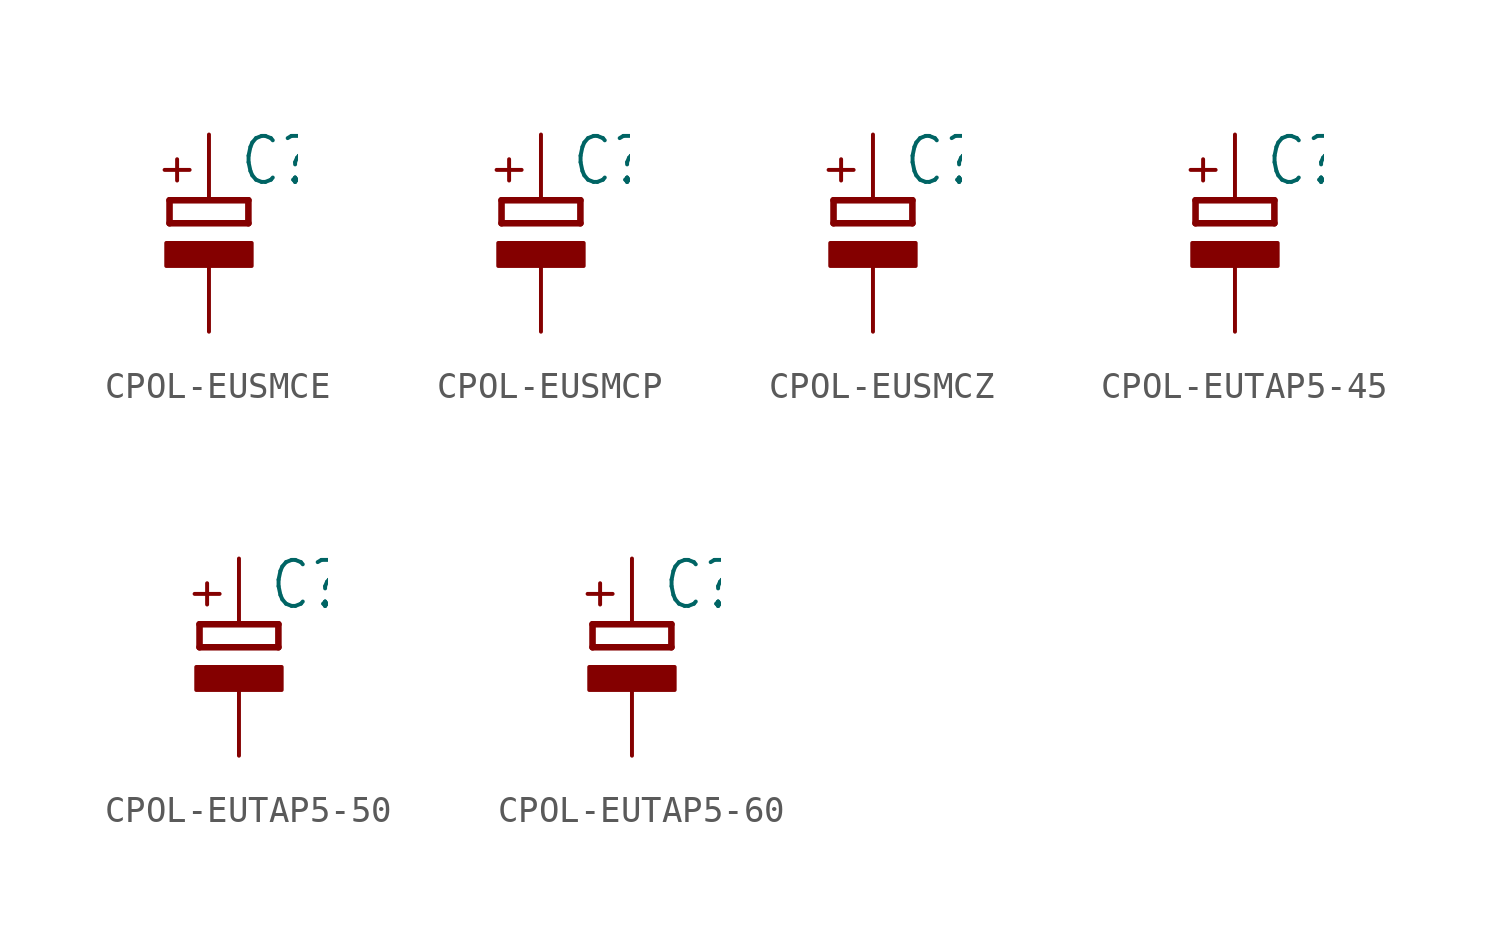
<source format=kicad_sym>
(kicad_symbol_lib
  (version 20241209)
  (generator "kicad_symbol_editor")
  (generator_version "9.0")
  (symbol "CPOL-EUSMCE"
    (property "Reference" "C"
      (at 1.143 0.483 0)
      (effects (font (size 1.778 1.511)) (justify left bottom)))
    (property "Value" ""
      (at 1.143 -4.597 0)
      (effects (font (size 1.778 1.511)) (justify left bottom)))
    (property "ki_locked" ""
      (at 0 0 0)
      (effects (font (size 1.27 1.27))))
    (symbol "CPOL-EUSMCE_1_0"
      (rectangle (start -1.651 -2.54) (end 1.651 -1.651) (stroke (width 0) (type default)) (fill (type outline)))
      (polyline (pts (xy -1.524 0) (xy -1.524 -0.889)) (stroke (width 0.254) (type solid)) (fill (type none)))
      (polyline (pts (xy -1.524 0) (xy 1.524 0)) (stroke (width 0.254) (type solid)) (fill (type none)))
      (polyline (pts (xy -1.524 -0.889) (xy 1.524 -0.889)) (stroke (width 0.254) (type solid)) (fill (type none)))
      (polyline (pts (xy 1.524 -0.889) (xy 1.524 0)) (stroke (width 0.254) (type solid)) (fill (type none)))
      (text "+" (at -0.584 0.406 900) (effects (font (size 1.27 1.079)) (justify left bottom)))
      (pin passive line (at 0 2.54 270) (length 2.54) (name "+" (effects (font (size 0 0)))) (number "+" (effects (font (size 0 0)))))
      (pin passive line (at 0 -5.08 90) (length 2.54) (name "-" (effects (font (size 0 0)))) (number "-" (effects (font (size 0 0)))))))
  (symbol "CPOL-EUSMCP"
    (property "Reference" "C"
      (at 1.143 0.483 0)
      (effects (font (size 1.778 1.511)) (justify left bottom)))
    (property "Value" ""
      (at 1.143 -4.597 0)
      (effects (font (size 1.778 1.511)) (justify left bottom)))
    (property "ki_locked" ""
      (at 0 0 0)
      (effects (font (size 1.27 1.27))))
    (symbol "CPOL-EUSMCP_1_0"
      (rectangle (start -1.651 -2.54) (end 1.651 -1.651) (stroke (width 0) (type default)) (fill (type outline)))
      (polyline (pts (xy -1.524 0) (xy -1.524 -0.889)) (stroke (width 0.254) (type solid)) (fill (type none)))
      (polyline (pts (xy -1.524 0) (xy 1.524 0)) (stroke (width 0.254) (type solid)) (fill (type none)))
      (polyline (pts (xy -1.524 -0.889) (xy 1.524 -0.889)) (stroke (width 0.254) (type solid)) (fill (type none)))
      (polyline (pts (xy 1.524 -0.889) (xy 1.524 0)) (stroke (width 0.254) (type solid)) (fill (type none)))
      (text "+" (at -0.584 0.406 900) (effects (font (size 1.27 1.079)) (justify left bottom)))
      (pin passive line (at 0 2.54 270) (length 2.54) (name "+" (effects (font (size 0 0)))) (number "+" (effects (font (size 0 0)))))
      (pin passive line (at 0 -5.08 90) (length 2.54) (name "-" (effects (font (size 0 0)))) (number "-" (effects (font (size 0 0)))))))
  (symbol "CPOL-EUSMCZ"
    (property "Reference" "C"
      (at 1.143 0.483 0)
      (effects (font (size 1.778 1.511)) (justify left bottom)))
    (property "Value" ""
      (at 1.143 -4.597 0)
      (effects (font (size 1.778 1.511)) (justify left bottom)))
    (property "ki_locked" ""
      (at 0 0 0)
      (effects (font (size 1.27 1.27))))
    (symbol "CPOL-EUSMCZ_1_0"
      (rectangle (start -1.651 -2.54) (end 1.651 -1.651) (stroke (width 0) (type default)) (fill (type outline)))
      (polyline (pts (xy -1.524 0) (xy -1.524 -0.889)) (stroke (width 0.254) (type solid)) (fill (type none)))
      (polyline (pts (xy -1.524 0) (xy 1.524 0)) (stroke (width 0.254) (type solid)) (fill (type none)))
      (polyline (pts (xy -1.524 -0.889) (xy 1.524 -0.889)) (stroke (width 0.254) (type solid)) (fill (type none)))
      (polyline (pts (xy 1.524 -0.889) (xy 1.524 0)) (stroke (width 0.254) (type solid)) (fill (type none)))
      (text "+" (at -0.584 0.406 900) (effects (font (size 1.27 1.079)) (justify left bottom)))
      (pin passive line (at 0 2.54 270) (length 2.54) (name "+" (effects (font (size 0 0)))) (number "+" (effects (font (size 0 0)))))
      (pin passive line (at 0 -5.08 90) (length 2.54) (name "-" (effects (font (size 0 0)))) (number "-" (effects (font (size 0 0)))))))
  (symbol "CPOL-EUTAP5-45"
    (property "Reference" "C"
      (at 1.143 0.483 0)
      (effects (font (size 1.778 1.511)) (justify left bottom)))
    (property "Value" ""
      (at 1.143 -4.597 0)
      (effects (font (size 1.778 1.511)) (justify left bottom)))
    (property "ki_locked" ""
      (at 0 0 0)
      (effects (font (size 1.27 1.27))))
    (symbol "CPOL-EUTAP5-45_1_0"
      (rectangle (start -1.651 -2.54) (end 1.651 -1.651) (stroke (width 0) (type default)) (fill (type outline)))
      (polyline (pts (xy -1.524 0) (xy -1.524 -0.889)) (stroke (width 0.254) (type solid)) (fill (type none)))
      (polyline (pts (xy -1.524 0) (xy 1.524 0)) (stroke (width 0.254) (type solid)) (fill (type none)))
      (polyline (pts (xy -1.524 -0.889) (xy 1.524 -0.889)) (stroke (width 0.254) (type solid)) (fill (type none)))
      (polyline (pts (xy 1.524 -0.889) (xy 1.524 0)) (stroke (width 0.254) (type solid)) (fill (type none)))
      (text "+" (at -0.584 0.406 900) (effects (font (size 1.27 1.079)) (justify left bottom)))
      (pin passive line (at 0 2.54 270) (length 2.54) (name "+" (effects (font (size 0 0)))) (number "+" (effects (font (size 0 0)))))
      (pin passive line (at 0 -5.08 90) (length 2.54) (name "-" (effects (font (size 0 0)))) (number "-" (effects (font (size 0 0)))))))
  (symbol "CPOL-EUTAP5-50"
    (property "Reference" "C"
      (at 1.143 0.483 0)
      (effects (font (size 1.778 1.511)) (justify left bottom)))
    (property "Value" ""
      (at 1.143 -4.597 0)
      (effects (font (size 1.778 1.511)) (justify left bottom)))
    (property "ki_locked" ""
      (at 0 0 0)
      (effects (font (size 1.27 1.27))))
    (symbol "CPOL-EUTAP5-50_1_0"
      (rectangle (start -1.651 -2.54) (end 1.651 -1.651) (stroke (width 0) (type default)) (fill (type outline)))
      (polyline (pts (xy -1.524 0) (xy -1.524 -0.889)) (stroke (width 0.254) (type solid)) (fill (type none)))
      (polyline (pts (xy -1.524 0) (xy 1.524 0)) (stroke (width 0.254) (type solid)) (fill (type none)))
      (polyline (pts (xy -1.524 -0.889) (xy 1.524 -0.889)) (stroke (width 0.254) (type solid)) (fill (type none)))
      (polyline (pts (xy 1.524 -0.889) (xy 1.524 0)) (stroke (width 0.254) (type solid)) (fill (type none)))
      (text "+" (at -0.584 0.406 900) (effects (font (size 1.27 1.079)) (justify left bottom)))
      (pin passive line (at 0 2.54 270) (length 2.54) (name "+" (effects (font (size 0 0)))) (number "+" (effects (font (size 0 0)))))
      (pin passive line (at 0 -5.08 90) (length 2.54) (name "-" (effects (font (size 0 0)))) (number "-" (effects (font (size 0 0)))))))
  (symbol "CPOL-EUTAP5-60"
    (property "Reference" "C"
      (at 1.143 0.483 0)
      (effects (font (size 1.778 1.511)) (justify left bottom)))
    (property "Value" ""
      (at 1.143 -4.597 0)
      (effects (font (size 1.778 1.511)) (justify left bottom)))
    (property "ki_locked" ""
      (at 0 0 0)
      (effects (font (size 1.27 1.27))))
    (symbol "CPOL-EUTAP5-60_1_0"
      (rectangle (start -1.651 -2.54) (end 1.651 -1.651) (stroke (width 0) (type default)) (fill (type outline)))
      (polyline (pts (xy -1.524 0) (xy -1.524 -0.889)) (stroke (width 0.254) (type solid)) (fill (type none)))
      (polyline (pts (xy -1.524 0) (xy 1.524 0)) (stroke (width 0.254) (type solid)) (fill (type none)))
      (polyline (pts (xy -1.524 -0.889) (xy 1.524 -0.889)) (stroke (width 0.254) (type solid)) (fill (type none)))
      (polyline (pts (xy 1.524 -0.889) (xy 1.524 0)) (stroke (width 0.254) (type solid)) (fill (type none)))
      (text "+" (at -0.584 0.406 900) (effects (font (size 1.27 1.079)) (justify left bottom)))
      (pin passive line (at 0 2.54 270) (length 2.54) (name "+" (effects (font (size 0 0)))) (number "+" (effects (font (size 0 0)))))
      (pin passive line (at 0 -5.08 90) (length 2.54) (name "-" (effects (font (size 0 0)))) (number "-" (effects (font (size 0 0))))))))
</source>
